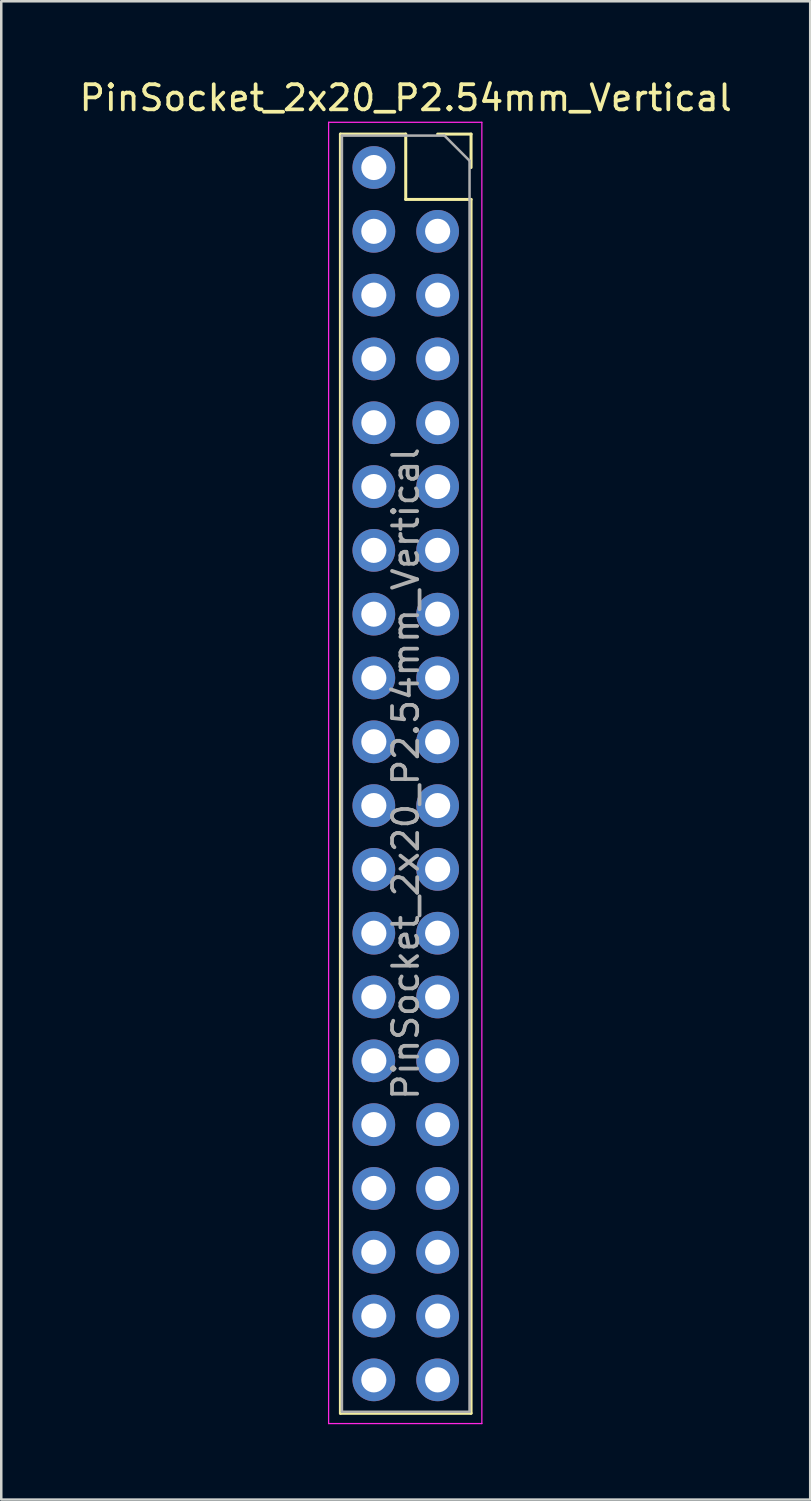
<source format=kicad_pcb>
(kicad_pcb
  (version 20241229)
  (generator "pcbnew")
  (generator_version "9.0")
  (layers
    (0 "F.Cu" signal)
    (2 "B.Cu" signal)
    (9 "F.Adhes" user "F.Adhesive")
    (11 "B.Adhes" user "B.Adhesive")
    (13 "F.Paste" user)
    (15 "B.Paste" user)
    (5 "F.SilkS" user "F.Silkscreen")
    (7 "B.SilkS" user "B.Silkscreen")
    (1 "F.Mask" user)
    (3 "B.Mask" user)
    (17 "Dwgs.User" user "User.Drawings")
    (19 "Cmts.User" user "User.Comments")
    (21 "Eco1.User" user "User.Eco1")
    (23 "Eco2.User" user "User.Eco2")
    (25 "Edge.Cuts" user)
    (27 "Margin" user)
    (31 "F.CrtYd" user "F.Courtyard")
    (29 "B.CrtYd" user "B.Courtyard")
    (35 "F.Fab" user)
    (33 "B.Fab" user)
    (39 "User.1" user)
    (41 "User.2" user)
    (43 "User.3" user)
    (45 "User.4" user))
  (footprint "PinSocket_2x20_P2.54mm_Vertical"
    (layer "F.Cu")
    (at 13.101 27.748)
    (property "Reference" "PinSocket_2x20_P2.54mm_Vertical" (at 0 -26.9 0) (layer "F.SilkS") (effects (font (size 1 1) (thickness 0.15))))
    (attr through_hole)
    (fp_line (start -2.6 -25.46) (end -2.6 25.46) (stroke (width 0.12) (type solid)) (layer "F.SilkS"))
    (fp_line (start -2.6 -25.46) (end 0 -25.46) (stroke (width 0.12) (type solid)) (layer "F.SilkS"))
    (fp_line (start -2.6 25.46) (end 2.6 25.46) (stroke (width 0.12) (type solid)) (layer "F.SilkS"))
    (fp_line (start 0 -25.46) (end 0 -22.86) (stroke (width 0.12) (type solid)) (layer "F.SilkS"))
    (fp_line (start 0 -22.86) (end 2.6 -22.86) (stroke (width 0.12) (type solid)) (layer "F.SilkS"))
    (fp_line (start 1.27 -25.46) (end 2.6 -25.46) (stroke (width 0.12) (type solid)) (layer "F.SilkS"))
    (fp_line (start 2.6 -25.46) (end 2.6 -24.13) (stroke (width 0.12) (type solid)) (layer "F.SilkS"))
    (fp_line (start 2.6 -22.86) (end 2.6 25.46) (stroke (width 0.12) (type solid)) (layer "F.SilkS"))
    (fp_line (start -3.07 -25.93) (end 3.03 -25.93) (stroke (width 0.05) (type solid)) (layer "F.CrtYd"))
    (fp_line (start -3.07 25.87) (end -3.07 -25.93) (stroke (width 0.05) (type solid)) (layer "F.CrtYd"))
    (fp_line (start 3.03 -25.93) (end 3.03 25.87) (stroke (width 0.05) (type solid)) (layer "F.CrtYd"))
    (fp_line (start 3.03 25.87) (end -3.07 25.87) (stroke (width 0.05) (type solid)) (layer "F.CrtYd"))
    (fp_line (start -2.54 -25.4) (end 1.54 -25.4) (stroke (width 0.1) (type solid)) (layer "F.Fab"))
    (fp_line (start -2.54 25.4) (end -2.54 -25.4) (stroke (width 0.1) (type solid)) (layer "F.Fab"))
    (fp_line (start 1.54 -25.4) (end 2.54 -24.4) (stroke (width 0.1) (type solid)) (layer "F.Fab"))
    (fp_line (start 2.54 -24.4) (end 2.54 25.4) (stroke (width 0.1) (type solid)) (layer "F.Fab"))
    (fp_line (start 2.54 25.4) (end -2.54 25.4) (stroke (width 0.1) (type solid)) (layer "F.Fab"))
    (fp_text user "${REFERENCE}" (at 0 0 90) (layer "F.Fab") (effects (font (size 1 1) (thickness 0.15))))
    (pad "2" thru_hole oval (at -1.27 -24.13) (size 1.7 1.7) (drill 1) (layers "*.Cu" "*.Mask"))
    (pad "3" thru_hole oval (at 1.27 -21.59) (size 1.7 1.7) (drill 1) (layers "*.Cu" "*.Mask"))
    (pad "4" thru_hole oval (at -1.27 -21.59) (size 1.7 1.7) (drill 1) (layers "*.Cu" "*.Mask"))
    (pad "5" thru_hole oval (at 1.27 -19.05) (size 1.7 1.7) (drill 1) (layers "*.Cu" "*.Mask"))
    (pad "6" thru_hole oval (at -1.27 -19.05) (size 1.7 1.7) (drill 1) (layers "*.Cu" "*.Mask"))
    (pad "7" thru_hole oval (at 1.27 -16.51) (size 1.7 1.7) (drill 1) (layers "*.Cu" "*.Mask"))
    (pad "8" thru_hole oval (at -1.27 -16.51) (size 1.7 1.7) (drill 1) (layers "*.Cu" "*.Mask"))
    (pad "9" thru_hole oval (at 1.27 -13.97) (size 1.7 1.7) (drill 1) (layers "*.Cu" "*.Mask"))
    (pad "10" thru_hole oval (at -1.27 -13.97) (size 1.7 1.7) (drill 1) (layers "*.Cu" "*.Mask"))
    (pad "11" thru_hole oval (at 1.27 -11.43) (size 1.7 1.7) (drill 1) (layers "*.Cu" "*.Mask"))
    (pad "12" thru_hole oval (at -1.27 -11.43) (size 1.7 1.7) (drill 1) (layers "*.Cu" "*.Mask"))
    (pad "13" thru_hole oval (at 1.27 -8.89) (size 1.7 1.7) (drill 1) (layers "*.Cu" "*.Mask"))
    (pad "14" thru_hole oval (at -1.27 -8.89) (size 1.7 1.7) (drill 1) (layers "*.Cu" "*.Mask"))
    (pad "15" thru_hole oval (at 1.27 -6.35) (size 1.7 1.7) (drill 1) (layers "*.Cu" "*.Mask"))
    (pad "16" thru_hole oval (at -1.27 -6.35) (size 1.7 1.7) (drill 1) (layers "*.Cu" "*.Mask"))
    (pad "17" thru_hole oval (at 1.27 -3.81) (size 1.7 1.7) (drill 1) (layers "*.Cu" "*.Mask"))
    (pad "18" thru_hole oval (at -1.27 -3.81) (size 1.7 1.7) (drill 1) (layers "*.Cu" "*.Mask"))
    (pad "19" thru_hole oval (at 1.27 -1.27) (size 1.7 1.7) (drill 1) (layers "*.Cu" "*.Mask"))
    (pad "20" thru_hole oval (at -1.27 -1.27) (size 1.7 1.7) (drill 1) (layers "*.Cu" "*.Mask"))
    (pad "21" thru_hole oval (at 1.27 1.27) (size 1.7 1.7) (drill 1) (layers "*.Cu" "*.Mask"))
    (pad "22" thru_hole oval (at -1.27 1.27) (size 1.7 1.7) (drill 1) (layers "*.Cu" "*.Mask"))
    (pad "23" thru_hole oval (at 1.27 3.81) (size 1.7 1.7) (drill 1) (layers "*.Cu" "*.Mask"))
    (pad "24" thru_hole oval (at -1.27 3.81) (size 1.7 1.7) (drill 1) (layers "*.Cu" "*.Mask"))
    (pad "25" thru_hole oval (at 1.27 6.35) (size 1.7 1.7) (drill 1) (layers "*.Cu" "*.Mask"))
    (pad "26" thru_hole oval (at -1.27 6.35) (size 1.7 1.7) (drill 1) (layers "*.Cu" "*.Mask"))
    (pad "27" thru_hole oval (at 1.27 8.89) (size 1.7 1.7) (drill 1) (layers "*.Cu" "*.Mask"))
    (pad "28" thru_hole oval (at -1.27 8.89) (size 1.7 1.7) (drill 1) (layers "*.Cu" "*.Mask"))
    (pad "29" thru_hole oval (at 1.27 11.43) (size 1.7 1.7) (drill 1) (layers "*.Cu" "*.Mask"))
    (pad "30" thru_hole oval (at -1.27 11.43) (size 1.7 1.7) (drill 1) (layers "*.Cu" "*.Mask"))
    (pad "31" thru_hole oval (at 1.27 13.97) (size 1.7 1.7) (drill 1) (layers "*.Cu" "*.Mask"))
    (pad "32" thru_hole oval (at -1.27 13.97) (size 1.7 1.7) (drill 1) (layers "*.Cu" "*.Mask"))
    (pad "33" thru_hole oval (at 1.27 16.51) (size 1.7 1.7) (drill 1) (layers "*.Cu" "*.Mask"))
    (pad "34" thru_hole oval (at -1.27 16.51) (size 1.7 1.7) (drill 1) (layers "*.Cu" "*.Mask"))
    (pad "35" thru_hole oval (at 1.27 19.05) (size 1.7 1.7) (drill 1) (layers "*.Cu" "*.Mask"))
    (pad "36" thru_hole oval (at -1.27 19.05) (size 1.7 1.7) (drill 1) (layers "*.Cu" "*.Mask"))
    (pad "37" thru_hole oval (at 1.27 21.59) (size 1.7 1.7) (drill 1) (layers "*.Cu" "*.Mask"))
    (pad "38" thru_hole oval (at -1.27 21.59) (size 1.7 1.7) (drill 1) (layers "*.Cu" "*.Mask"))
    (pad "39" thru_hole oval (at 1.27 24.13) (size 1.7 1.7) (drill 1) (layers "*.Cu" "*.Mask"))
    (pad "40" thru_hole oval (at -1.27 24.13) (size 1.7 1.7) (drill 1) (layers "*.Cu" "*.Mask")))
  (gr_rect
    (start -3 -3)
    (end 29.202 56.643)
    (stroke (width 0.1) (type default))
    (fill no)
    (layer "Edge.Cuts")))
</source>
